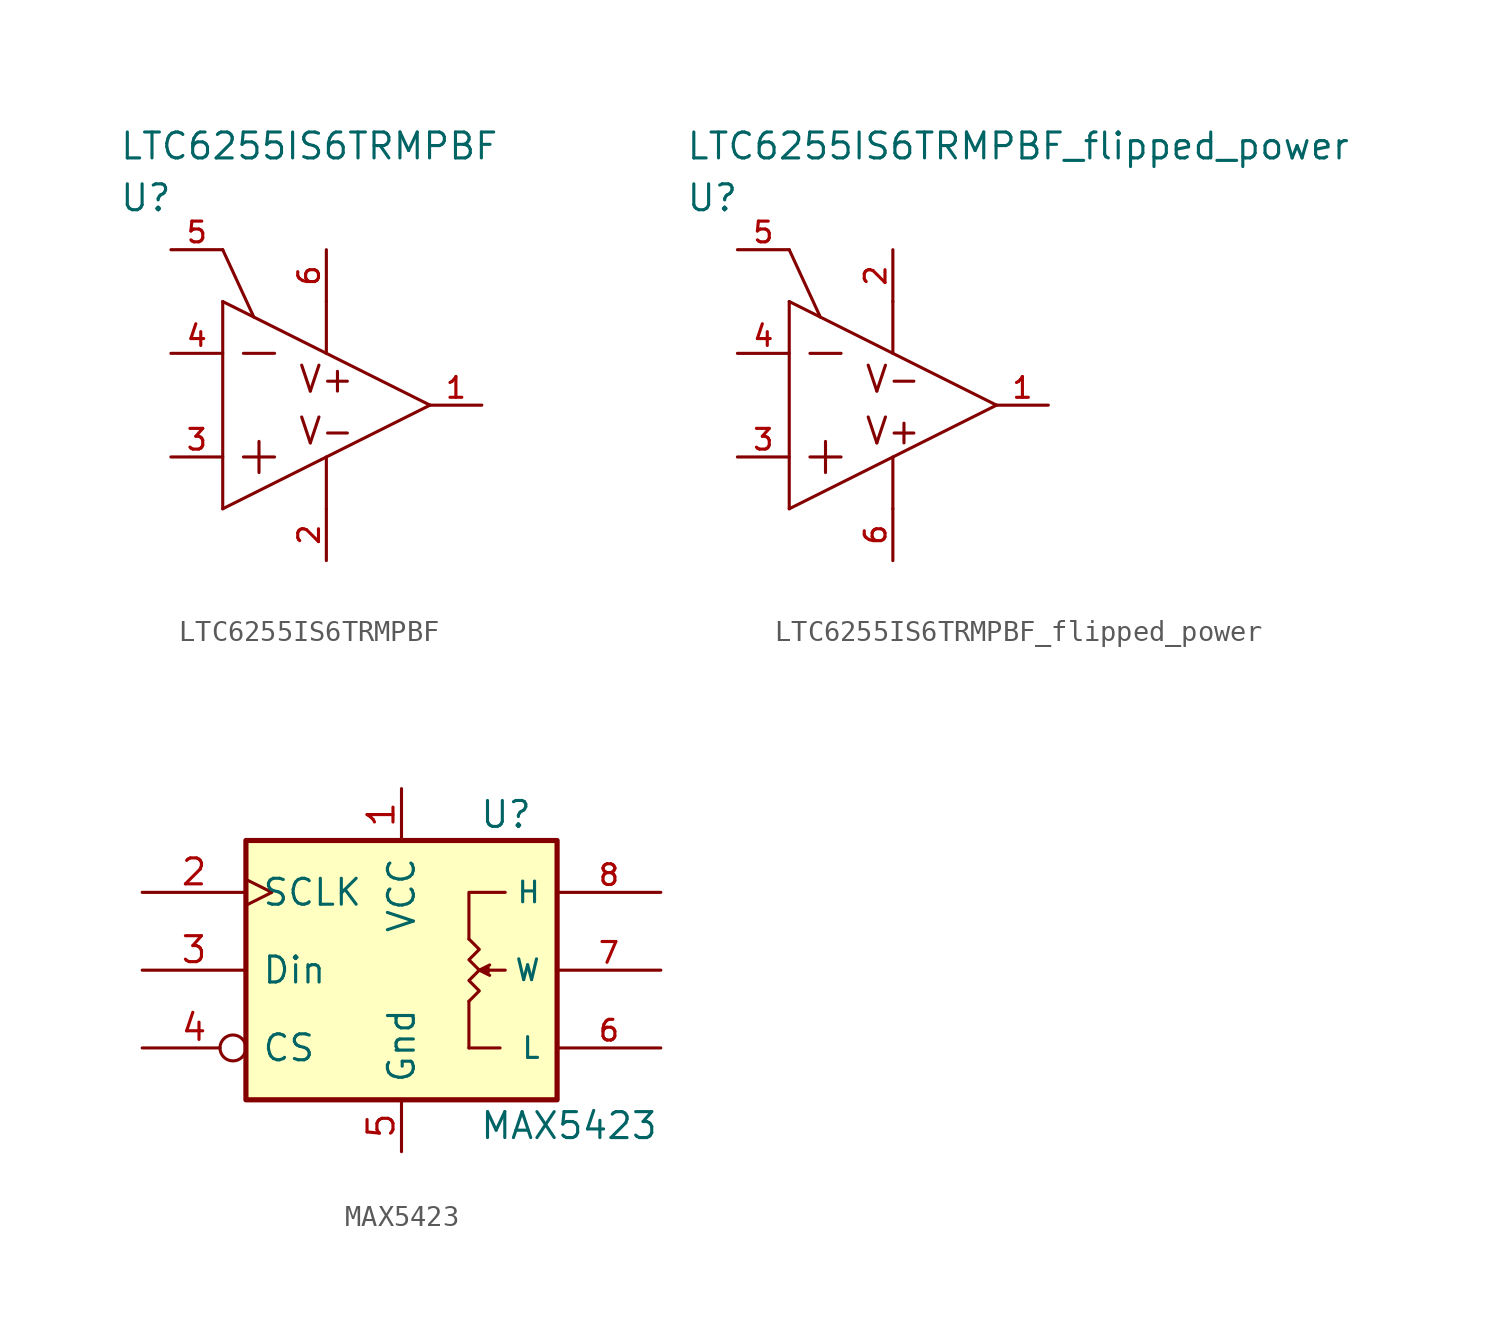
<source format=kicad_sym>
(kicad_symbol_lib
  (version 20211014)
  (generator kicad_symbol_editor)
  (symbol "LTC6255IS6TRMPBF"
    (pin_names
      (offset 1.016))
    (property "Reference" "U"
      (at 0 2.54 0)
      (effects (font (size 1.27 1.27)) (justify left)))
    (property "Value" "LTC6255IS6TRMPBF"
      (at 0 5.08 0)
      (effects (font (size 1.27 1.27)) (justify left)))
    (property "ki_locked" ""
      (at 0 0 0)
      (effects (font (size 1.27 1.27))))
    (symbol "LTC6255IS6TRMPBF_0_0"
      (text "V+" (at 10.16 -6.35 0) (effects (font (size 1.27 1.27))))
      (text "V-" (at 10.16 -8.89 0) (effects (font (size 1.27 1.27)))))
    (symbol "LTC6255IS6TRMPBF_1_1"
      (polyline (pts (xy 5.08 -12.7) (xy 15.24 -7.62)) (stroke (width 0) (type default) (color 0 0 0 0)) (fill (type none)))
      (polyline (pts (xy 5.08 -2.54) (xy 5.08 -12.7)) (stroke (width 0) (type default) (color 0 0 0 0)) (fill (type none)))
      (polyline (pts (xy 5.08 -2.54) (xy 15.24 -7.62)) (stroke (width 0) (type default) (color 0 0 0 0)) (fill (type none)))
      (polyline (pts (xy 6.096 -10.16) (xy 7.62 -10.16)) (stroke (width 0) (type default) (color 0 0 0 0)) (fill (type none)))
      (polyline (pts (xy 6.096 -5.08) (xy 7.62 -5.08)) (stroke (width 0) (type default) (color 0 0 0 0)) (fill (type none)))
      (polyline (pts (xy 6.604 -3.302) (xy 5.08 0)) (stroke (width 0) (type default) (color 0 0 0 0)) (fill (type none)))
      (polyline (pts (xy 6.858 -9.398) (xy 6.858 -10.922)) (stroke (width 0) (type default) (color 0 0 0 0)) (fill (type none)))
      (polyline (pts (xy 10.16 -10.16) (xy 10.16 -12.7)) (stroke (width 0) (type default) (color 0 0 0 0)) (fill (type none)))
      (polyline (pts (xy 10.16 -2.54) (xy 10.16 -5.08)) (stroke (width 0) (type default) (color 0 0 0 0)) (fill (type none)))
      (pin unspecified line (at 17.78 -7.62 180) (length 2.54) (name "OUT" (effects (font (size 0 0)))) (number "1" (effects (font (size 1.016 1.016)))))
      (pin power_in line (at 10.16 -15.24 90) (length 2.54) (name "V-" (effects (font (size 0 0)))) (number "2" (effects (font (size 1.016 1.016)))))
      (pin input line (at 2.54 -10.16 0) (length 2.54) (name "+IN" (effects (font (size 0 0)))) (number "3" (effects (font (size 1.016 1.016)))))
      (pin input line (at 2.54 -5.08 0) (length 2.54) (name "-IN" (effects (font (size 0 0)))) (number "4" (effects (font (size 1.016 1.016)))))
      (pin input line (at 2.54 0 0) (length 2.54) (name "~{SHDN}" (effects (font (size 0 0)))) (number "5" (effects (font (size 1.016 1.016)))))
      (pin power_in line (at 10.16 0 270) (length 2.54) (name "V+" (effects (font (size 0 0)))) (number "6" (effects (font (size 1.016 1.016)))))))
  (symbol "LTC6255IS6TRMPBF_flipped_power"
    (pin_names
      (offset 1.016))
    (property "Reference" "U"
      (at 0 2.54 0)
      (effects (font (size 1.27 1.27)) (justify left)))
    (property "Value" "LTC6255IS6TRMPBF_flipped_power"
      (at 0 5.08 0)
      (effects (font (size 1.27 1.27)) (justify left)))
    (property "ki_locked" ""
      (at 0 0 0)
      (effects (font (size 1.27 1.27))))
    (symbol "LTC6255IS6TRMPBF_flipped_power_0_0"
      (text "V+" (at 10.16 -8.89 0) (effects (font (size 1.27 1.27))))
      (text "V-" (at 10.16 -6.35 0) (effects (font (size 1.27 1.27)))))
    (symbol "LTC6255IS6TRMPBF_flipped_power_1_1"
      (polyline (pts (xy 5.08 -12.7) (xy 15.24 -7.62)) (stroke (width 0) (type default) (color 0 0 0 0)) (fill (type none)))
      (polyline (pts (xy 5.08 -2.54) (xy 5.08 -12.7)) (stroke (width 0) (type default) (color 0 0 0 0)) (fill (type none)))
      (polyline (pts (xy 5.08 -2.54) (xy 15.24 -7.62)) (stroke (width 0) (type default) (color 0 0 0 0)) (fill (type none)))
      (polyline (pts (xy 6.096 -10.16) (xy 7.62 -10.16)) (stroke (width 0) (type default) (color 0 0 0 0)) (fill (type none)))
      (polyline (pts (xy 6.096 -5.08) (xy 7.62 -5.08)) (stroke (width 0) (type default) (color 0 0 0 0)) (fill (type none)))
      (polyline (pts (xy 6.604 -3.302) (xy 5.08 0)) (stroke (width 0) (type default) (color 0 0 0 0)) (fill (type none)))
      (polyline (pts (xy 6.858 -9.398) (xy 6.858 -10.922)) (stroke (width 0) (type default) (color 0 0 0 0)) (fill (type none)))
      (polyline (pts (xy 10.16 -10.16) (xy 10.16 -12.7)) (stroke (width 0) (type default) (color 0 0 0 0)) (fill (type none)))
      (polyline (pts (xy 10.16 -2.54) (xy 10.16 -5.08)) (stroke (width 0) (type default) (color 0 0 0 0)) (fill (type none)))
      (pin unspecified line (at 17.78 -7.62 180) (length 2.54) (name "OUT" (effects (font (size 0 0)))) (number "1" (effects (font (size 1.016 1.016)))))
      (pin power_in line (at 10.16 0 270) (length 2.54) (name "V-" (effects (font (size 0 0)))) (number "2" (effects (font (size 1.016 1.016)))))
      (pin input line (at 2.54 -10.16 0) (length 2.54) (name "+IN" (effects (font (size 0 0)))) (number "3" (effects (font (size 1.016 1.016)))))
      (pin input line (at 2.54 -5.08 0) (length 2.54) (name "-IN" (effects (font (size 0 0)))) (number "4" (effects (font (size 1.016 1.016)))))
      (pin input line (at 2.54 0 0) (length 2.54) (name "~{SHDN}" (effects (font (size 0 0)))) (number "5" (effects (font (size 1.016 1.016)))))
      (pin power_in line (at 10.16 -15.24 90) (length 2.54) (name "V+" (effects (font (size 0 0)))) (number "6" (effects (font (size 1.016 1.016)))))))
  (symbol "MAX5423"
    (pin_names
      (offset 0.762))
    (property "Reference" "U"
      (at 3.81 7.62 0)
      (effects (font (size 1.27 1.27)) (justify left)))
    (property "Value" "MAX5423"
      (at 3.81 -7.62 0)
      (effects (font (size 1.27 1.27)) (justify left)))
    (symbol "MAX5423_0_1"
      (rectangle (start -7.62 6.35) (end 7.62 -6.35) (stroke (width 0.254) (type default) (color 0 0 0 0)) (fill (type background)))
      (polyline (pts (xy 3.302 -1.524) (xy 3.302 -3.81)) (stroke (width 0) (type default) (color 0 0 0 0)) (fill (type none)))
      (polyline (pts (xy 4.826 -3.81) (xy 3.302 -3.81)) (stroke (width 0) (type default) (color 0 0 0 0)) (fill (type none)))
      (polyline (pts (xy 5.08 0) (xy 4.318 0)) (stroke (width 0) (type default) (color 0 0 0 0)) (fill (type none)))
      (polyline (pts (xy 3.302 1.524) (xy 3.302 3.81) (xy 5.08 3.81)) (stroke (width 0) (type default) (color 0 0 0 0)) (fill (type none)))
      (polyline (pts (xy 4.318 -0.254) (xy 3.81 0) (xy 4.318 0.254)) (stroke (width 0) (type default) (color 0 0 0 0)) (fill (type outline)))
      (polyline (pts (xy 3.81 0) (xy 3.302 0.508) (xy 3.81 1.016) (xy 3.302 1.524)) (stroke (width 0) (type default) (color 0 0 0 0)) (fill (type none)))
      (polyline (pts (xy 3.81 0) (xy 3.302 -0.508) (xy 3.81 -1.016) (xy 3.302 -1.524) (xy 3.302 -1.524)) (stroke (width 0) (type default) (color 0 0 0 0)) (fill (type none))))
    (symbol "MAX5423_1_1"
      (pin power_in line (at 0 8.89 270) (length 2.54) (name "VCC" (effects (font (size 1.27 1.27)))) (number "1" (effects (font (size 1.27 1.27)))))
      (pin input clock (at -12.7 3.81 0) (length 5.08) (name "SCLK" (effects (font (size 1.27 1.27)))) (number "2" (effects (font (size 1.27 1.27)))))
      (pin input line (at -12.7 0 0) (length 5.08) (name "Din" (effects (font (size 1.27 1.27)))) (number "3" (effects (font (size 1.27 1.27)))))
      (pin input inverted (at -12.7 -3.81 0) (length 5.08) (name "CS" (effects (font (size 1.27 1.27)))) (number "4" (effects (font (size 1.27 1.27)))))
      (pin power_in line (at 0 -8.89 90) (length 2.54) (name "Gnd" (effects (font (size 1.27 1.27)))) (number "5" (effects (font (size 1.27 1.27)))))
      (pin passive line (at 12.7 -3.81 180) (length 5.08) (name "L" (effects (font (size 1.016 1.016)))) (number "6" (effects (font (size 1.016 1.016)))))
      (pin passive line (at 12.7 0 180) (length 5.08) (name "W" (effects (font (size 1.016 1.016)))) (number "7" (effects (font (size 1.016 1.016)))))
      (pin passive line (at 12.7 3.81 180) (length 5.08) (name "H" (effects (font (size 1.016 1.016)))) (number "8" (effects (font (size 1.016 1.016))))))))
</source>
